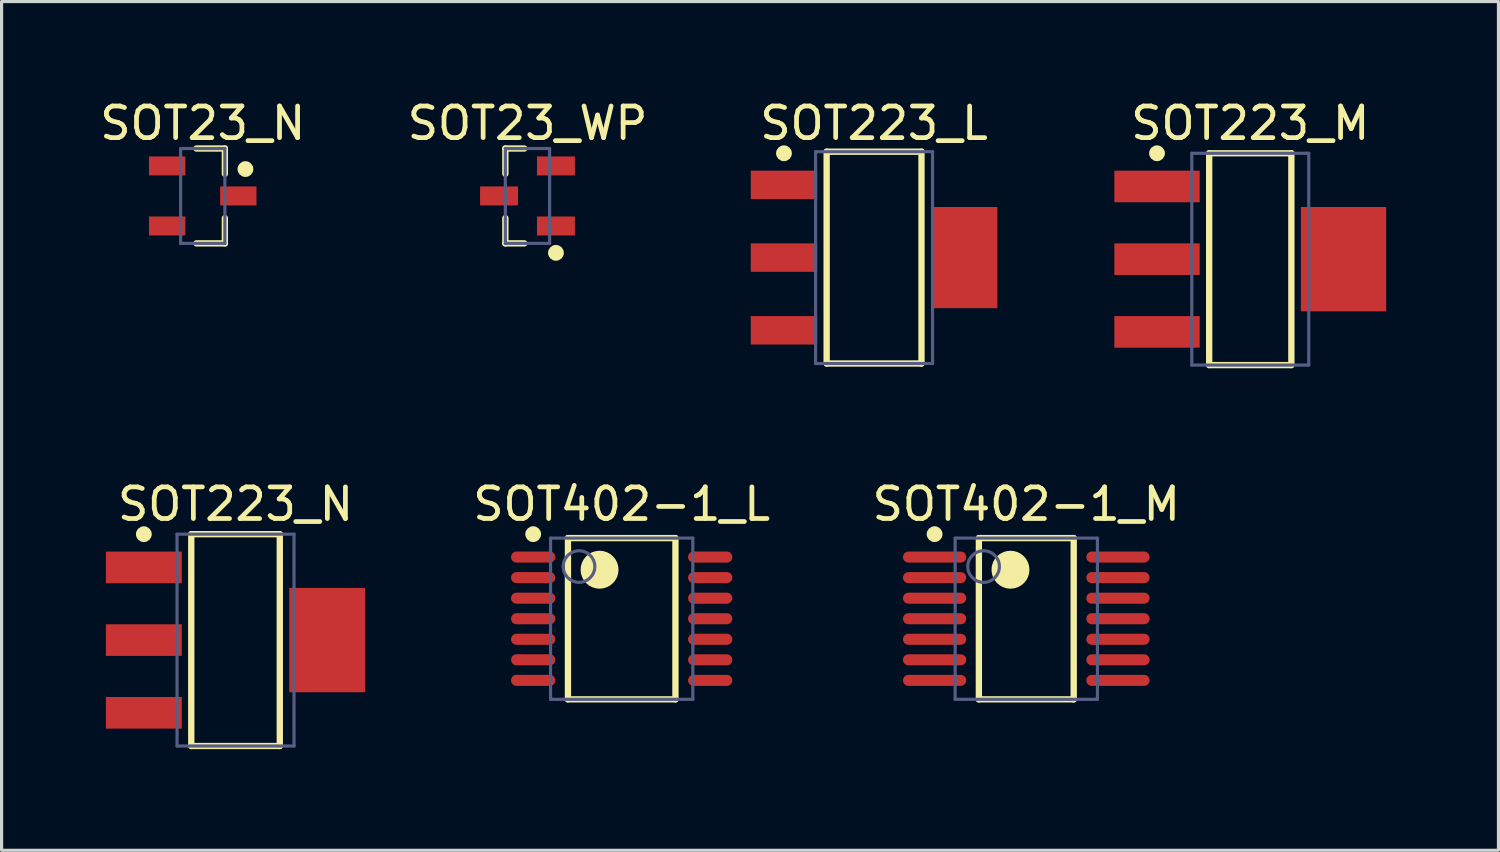
<source format=kicad_pcb>
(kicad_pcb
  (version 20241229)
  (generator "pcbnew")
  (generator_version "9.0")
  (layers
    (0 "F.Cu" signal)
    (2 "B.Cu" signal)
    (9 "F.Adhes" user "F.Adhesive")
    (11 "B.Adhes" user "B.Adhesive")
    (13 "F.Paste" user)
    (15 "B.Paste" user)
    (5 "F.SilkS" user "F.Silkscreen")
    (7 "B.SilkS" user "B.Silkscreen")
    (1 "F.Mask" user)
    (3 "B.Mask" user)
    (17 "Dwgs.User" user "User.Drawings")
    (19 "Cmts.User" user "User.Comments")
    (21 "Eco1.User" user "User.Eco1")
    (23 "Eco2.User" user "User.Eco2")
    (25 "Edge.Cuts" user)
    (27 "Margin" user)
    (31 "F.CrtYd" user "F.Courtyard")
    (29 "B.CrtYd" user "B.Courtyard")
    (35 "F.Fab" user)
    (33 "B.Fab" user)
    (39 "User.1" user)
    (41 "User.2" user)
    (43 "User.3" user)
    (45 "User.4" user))
  (footprint "SOT223_N"
    (layer "F.Cu")
    (at 4.4 17.197)
    (property "Reference" "SOT223_N" (at 0 -4.3 0) (layer "F.SilkS") (effects (font (size 1 1) (thickness 0.15))))
    (fp_line (start -1.4 -3.35) (end 1.4 -3.35) (stroke (width 0.2) (type solid)) (layer "F.SilkS"))
    (fp_line (start -1.4 3.35) (end -1.4 -3.35) (stroke (width 0.2) (type solid)) (layer "F.SilkS"))
    (fp_line (start -1.4 3.35) (end 1.4 3.35) (stroke (width 0.2) (type solid)) (layer "F.SilkS"))
    (fp_line (start 1.4 3.35) (end 1.4 -3.35) (stroke (width 0.2) (type solid)) (layer "F.SilkS"))
    (fp_circle (center -2.9 -3.35) (end -2.9 -3.475) (stroke (width 0.25) (type solid)) (fill no) (layer "F.SilkS"))
    (fp_line (start -4.35 -3.6) (end 4.35 -3.6) (stroke (width 0.1) (type solid)) (layer "Eco2.User"))
    (fp_line (start -4.35 3.6) (end -4.35 -3.6) (stroke (width 0.1) (type solid)) (layer "Eco2.User"))
    (fp_line (start -4.35 3.6) (end 4.35 3.6) (stroke (width 0.1) (type solid)) (layer "Eco2.User"))
    (fp_line (start -0.5 0) (end 0.5 0) (stroke (width 0.1) (type solid)) (layer "Eco2.User"))
    (fp_line (start 0 0.5) (end 0 -0.5) (stroke (width 0.1) (type solid)) (layer "Eco2.User"))
    (fp_line (start 4.35 3.6) (end 4.35 -3.6) (stroke (width 0.1) (type solid)) (layer "Eco2.User"))
    (fp_line (start -1.85 -3.35) (end 1.85 -3.35) (stroke (width 0.1) (type solid)) (layer "B.Fab"))
    (fp_line (start -1.85 3.35) (end -1.85 -3.35) (stroke (width 0.1) (type solid)) (layer "B.Fab"))
    (fp_line (start -1.85 3.35) (end 1.85 3.35) (stroke (width 0.1) (type solid)) (layer "B.Fab"))
    (fp_line (start 1.85 3.35) (end 1.85 -3.35) (stroke (width 0.1) (type solid)) (layer "B.Fab"))
    (pad "1" smd rect (at -2.9 -2.3 90) (size 1 2.4) (layers "F.Cu" "F.Mask" "F.Paste"))
    (pad "2" smd rect (at -2.9 0 90) (size 1 2.4) (layers "F.Cu" "F.Mask" "F.Paste"))
    (pad "3" smd rect (at -2.9 2.3 90) (size 1 2.4) (layers "F.Cu" "F.Mask" "F.Paste"))
    (pad "4" smd rect (at 2.9 0 90) (size 3.3 2.4) (layers "F.Cu" "F.Mask" "F.Paste")))
  (footprint "SOT223_M"
    (layer "F.Cu")
    (at 36.498 5.148)
    (property "Reference" "SOT223_M" (at 0 -4.3 0) (layer "F.SilkS") (effects (font (size 1 1) (thickness 0.15))))
    (fp_line (start -1.3 -3.35) (end 1.3 -3.35) (stroke (width 0.2) (type solid)) (layer "F.SilkS"))
    (fp_line (start -1.3 3.35) (end -1.3 -3.35) (stroke (width 0.2) (type solid)) (layer "F.SilkS"))
    (fp_line (start -1.3 3.35) (end 1.3 3.35) (stroke (width 0.2) (type solid)) (layer "F.SilkS"))
    (fp_line (start 1.3 3.35) (end 1.3 -3.35) (stroke (width 0.2) (type solid)) (layer "F.SilkS"))
    (fp_circle (center -2.95 -3.35) (end -2.95 -3.475) (stroke (width 0.25) (type solid)) (fill no) (layer "F.SilkS"))
    (fp_line (start -4.8 -3.85) (end 4.8 -3.85) (stroke (width 0.1) (type solid)) (layer "Eco2.User"))
    (fp_line (start -4.8 3.85) (end -4.8 -3.85) (stroke (width 0.1) (type solid)) (layer "Eco2.User"))
    (fp_line (start -4.8 3.85) (end 4.8 3.85) (stroke (width 0.1) (type solid)) (layer "Eco2.User"))
    (fp_line (start -0.5 0) (end 0.5 0) (stroke (width 0.1) (type solid)) (layer "Eco2.User"))
    (fp_line (start 0 0.5) (end 0 -0.5) (stroke (width 0.1) (type solid)) (layer "Eco2.User"))
    (fp_line (start 4.8 3.85) (end 4.8 -3.85) (stroke (width 0.1) (type solid)) (layer "Eco2.User"))
    (fp_line (start -1.85 -3.35) (end 1.85 -3.35) (stroke (width 0.1) (type solid)) (layer "B.Fab"))
    (fp_line (start -1.85 3.35) (end -1.85 -3.35) (stroke (width 0.1) (type solid)) (layer "B.Fab"))
    (fp_line (start -1.85 3.35) (end 1.85 3.35) (stroke (width 0.1) (type solid)) (layer "B.Fab"))
    (fp_line (start 1.85 3.35) (end 1.85 -3.35) (stroke (width 0.1) (type solid)) (layer "B.Fab"))
    (pad "1" smd rect (at -2.95 -2.3 90) (size 1 2.7) (layers "F.Cu" "F.Mask" "F.Paste"))
    (pad "2" smd rect (at -2.95 0 90) (size 1 2.7) (layers "F.Cu" "F.Mask" "F.Paste"))
    (pad "3" smd rect (at -2.95 2.3 90) (size 1 2.7) (layers "F.Cu" "F.Mask" "F.Paste"))
    (pad "4" smd rect (at 2.95 0 90) (size 3.3 2.7) (layers "F.Cu" "F.Mask" "F.Paste")))
  (footprint "SOT23_N"
    (layer "F.Cu")
    (at 3.363 3.148)
    (property "Reference" "SOT23_N" (at 0 -2.3 0) (layer "F.SilkS") (effects (font (size 1 1) (thickness 0.15))))
    (fp_line (start -0.2 -1.5) (end 0.7 -1.5) (stroke (width 0.2) (type solid)) (layer "F.SilkS"))
    (fp_line (start -0.2 1.5) (end 0.7 1.5) (stroke (width 0.2) (type solid)) (layer "F.SilkS"))
    (fp_line (start 0.7 -0.7) (end 0.7 -1.5) (stroke (width 0.2) (type solid)) (layer "F.SilkS"))
    (fp_line (start 0.7 1.5) (end 0.7 0.7) (stroke (width 0.2) (type solid)) (layer "F.SilkS"))
    (fp_circle (center 1.35 -0.85) (end 1.35 -0.975) (stroke (width 0.25) (type solid)) (fill no) (layer "F.SilkS"))
    (fp_line (start -1.95 -1.75) (end 1.95 -1.75) (stroke (width 0.1) (type solid)) (layer "Eco2.User"))
    (fp_line (start -1.95 1.75) (end -1.95 -1.75) (stroke (width 0.1) (type solid)) (layer "Eco2.User"))
    (fp_line (start -1.95 1.75) (end 1.95 1.75) (stroke (width 0.1) (type solid)) (layer "Eco2.User"))
    (fp_line (start -0.5 0) (end 0.5 0) (stroke (width 0.1) (type solid)) (layer "Eco2.User"))
    (fp_line (start 0 0.5) (end 0 -0.5) (stroke (width 0.1) (type solid)) (layer "Eco2.User"))
    (fp_line (start 1.95 1.75) (end 1.95 -1.75) (stroke (width 0.1) (type solid)) (layer "Eco2.User"))
    (fp_line (start -0.7 -1.5) (end 0.7 -1.5) (stroke (width 0.1) (type solid)) (layer "B.Fab"))
    (fp_line (start -0.7 1.5) (end -0.7 -1.5) (stroke (width 0.1) (type solid)) (layer "B.Fab"))
    (fp_line (start -0.7 1.5) (end 0.7 1.5) (stroke (width 0.1) (type solid)) (layer "B.Fab"))
    (fp_line (start 0.7 1.5) (end 0.7 -1.5) (stroke (width 0.1) (type solid)) (layer "B.Fab"))
    (pad "1" smd rect (at 1.125 0 90) (size 0.6 1.15) (layers "F.Cu" "F.Mask" "F.Paste"))
    (pad "2" smd rect (at -1.125 0.95 90) (size 0.6 1.15) (layers "F.Cu" "F.Mask" "F.Paste"))
    (pad "3" smd rect (at -1.125 -0.95 90) (size 0.6 1.15) (layers "F.Cu" "F.Mask" "F.Paste")))
  (footprint "SOT402-1_L"
    (layer "F.Cu")
    (at 16.615 16.521)
    (property "Reference" "SOT402-1_L" (at 0 -3.625 0) (layer "F.SilkS") (effects (font (size 1 1) (thickness 0.15))))
    (fp_line (start -1.7 -2.55) (end 1.7 -2.55) (stroke (width 0.2) (type solid)) (layer "F.SilkS"))
    (fp_line (start -1.7 2.55) (end -1.7 -2.55) (stroke (width 0.2) (type solid)) (layer "F.SilkS"))
    (fp_line (start -1.7 2.55) (end 1.7 2.55) (stroke (width 0.2) (type solid)) (layer "F.SilkS"))
    (fp_line (start 1.7 2.55) (end 1.7 -2.55) (stroke (width 0.2) (type solid)) (layer "F.SilkS"))
    (fp_circle (center -2.8 -2.675) (end -2.8 -2.8) (stroke (width 0.25) (type solid)) (fill no) (layer "F.SilkS"))
    (fp_circle (center -0.7 -1.55) (end -0.7 -1.85) (stroke (width 0.6) (type solid)) (fill no) (layer "F.SilkS"))
    (fp_line (start -3.6 -2.65) (end 3.6 -2.65) (stroke (width 0.1) (type solid)) (layer "Eco2.User"))
    (fp_line (start -3.6 2.65) (end -3.6 -2.65) (stroke (width 0.1) (type solid)) (layer "Eco2.User"))
    (fp_line (start -3.6 2.65) (end 3.6 2.65) (stroke (width 0.1) (type solid)) (layer "Eco2.User"))
    (fp_line (start -0.5 0) (end 0.5 0) (stroke (width 0.1) (type solid)) (layer "Eco2.User"))
    (fp_line (start 0 0.5) (end 0 -0.5) (stroke (width 0.1) (type solid)) (layer "Eco2.User"))
    (fp_line (start 3.6 2.65) (end 3.6 -2.65) (stroke (width 0.1) (type solid)) (layer "Eco2.User"))
    (fp_line (start -2.25 -2.55) (end 2.25 -2.55) (stroke (width 0.1) (type solid)) (layer "B.Fab"))
    (fp_line (start -2.25 2.55) (end -2.25 -2.55) (stroke (width 0.1) (type solid)) (layer "B.Fab"))
    (fp_line (start -2.25 2.55) (end 2.25 2.55) (stroke (width 0.1) (type solid)) (layer "B.Fab"))
    (fp_line (start 2.25 2.55) (end 2.25 -2.55) (stroke (width 0.1) (type solid)) (layer "B.Fab"))
    (fp_circle (center -1.35 -1.65) (end -1.35 -2.15) (stroke (width 0.1) (type solid)) (fill no) (layer "B.Fab"))
    (pad "1" smd oval (at -2.8 -1.95 90) (size 0.35 1.4) (layers "F.Cu" "F.Mask" "F.Paste"))
    (pad "2" smd oval (at -2.8 -1.3 90) (size 0.35 1.4) (layers "F.Cu" "F.Mask" "F.Paste"))
    (pad "3" smd oval (at -2.8 -0.65 90) (size 0.35 1.4) (layers "F.Cu" "F.Mask" "F.Paste"))
    (pad "4" smd oval (at -2.8 0 90) (size 0.35 1.4) (layers "F.Cu" "F.Mask" "F.Paste"))
    (pad "5" smd oval (at -2.8 0.65 90) (size 0.35 1.4) (layers "F.Cu" "F.Mask" "F.Paste"))
    (pad "6" smd oval (at -2.8 1.3 90) (size 0.35 1.4) (layers "F.Cu" "F.Mask" "F.Paste"))
    (pad "7" smd oval (at -2.8 1.95 90) (size 0.35 1.4) (layers "F.Cu" "F.Mask" "F.Paste"))
    (pad "8" smd oval (at 2.8 1.95 90) (size 0.35 1.4) (layers "F.Cu" "F.Mask" "F.Paste"))
    (pad "9" smd oval (at 2.8 1.3 90) (size 0.35 1.4) (layers "F.Cu" "F.Mask" "F.Paste"))
    (pad "10" smd oval (at 2.8 0.65 90) (size 0.35 1.4) (layers "F.Cu" "F.Mask" "F.Paste"))
    (pad "11" smd oval (at 2.8 0 90) (size 0.35 1.4) (layers "F.Cu" "F.Mask" "F.Paste"))
    (pad "12" smd oval (at 2.8 -0.65 90) (size 0.35 1.4) (layers "F.Cu" "F.Mask" "F.Paste"))
    (pad "13" smd oval (at 2.8 -1.3 90) (size 0.35 1.4) (layers "F.Cu" "F.Mask" "F.Paste"))
    (pad "14" smd oval (at 2.8 -1.95 90) (size 0.35 1.4) (layers "F.Cu" "F.Mask" "F.Paste")))
  (footprint "SOT223_L"
    (layer "F.Cu")
    (at 24.598 5.098)
    (property "Reference" "SOT223_L" (at 0 -4.25 0) (layer "F.SilkS") (effects (font (size 1 1) (thickness 0.15))))
    (fp_line (start -1.5 -3.35) (end 1.5 -3.35) (stroke (width 0.2) (type solid)) (layer "F.SilkS"))
    (fp_line (start -1.5 3.35) (end -1.5 -3.35) (stroke (width 0.2) (type solid)) (layer "F.SilkS"))
    (fp_line (start -1.5 3.35) (end 1.5 3.35) (stroke (width 0.2) (type solid)) (layer "F.SilkS"))
    (fp_line (start 1.5 3.35) (end 1.5 -3.35) (stroke (width 0.2) (type solid)) (layer "F.SilkS"))
    (fp_circle (center -2.85 -3.3) (end -2.85 -3.425) (stroke (width 0.25) (type solid)) (fill no) (layer "F.SilkS"))
    (fp_line (start -4 -3.45) (end 4 -3.45) (stroke (width 0.1) (type solid)) (layer "Eco2.User"))
    (fp_line (start -4 3.45) (end -4 -3.45) (stroke (width 0.1) (type solid)) (layer "Eco2.User"))
    (fp_line (start -4 3.45) (end 4 3.45) (stroke (width 0.1) (type solid)) (layer "Eco2.User"))
    (fp_line (start -0.5 0) (end 0.5 0) (stroke (width 0.1) (type solid)) (layer "Eco2.User"))
    (fp_line (start 0 0.5) (end 0 -0.5) (stroke (width 0.1) (type solid)) (layer "Eco2.User"))
    (fp_line (start 4 3.45) (end 4 -3.45) (stroke (width 0.1) (type solid)) (layer "Eco2.User"))
    (fp_line (start -1.85 -3.35) (end 1.85 -3.35) (stroke (width 0.1) (type solid)) (layer "B.Fab"))
    (fp_line (start -1.85 3.35) (end -1.85 -3.35) (stroke (width 0.1) (type solid)) (layer "B.Fab"))
    (fp_line (start -1.85 3.35) (end 1.85 3.35) (stroke (width 0.1) (type solid)) (layer "B.Fab"))
    (fp_line (start 1.85 3.35) (end 1.85 -3.35) (stroke (width 0.1) (type solid)) (layer "B.Fab"))
    (pad "1" smd rect (at -2.85 -2.3 90) (size 0.9 2.1) (layers "F.Cu" "F.Mask" "F.Paste"))
    (pad "2" smd rect (at -2.85 0 90) (size 0.9 2.1) (layers "F.Cu" "F.Mask" "F.Paste"))
    (pad "3" smd rect (at -2.85 2.3 90) (size 0.9 2.1) (layers "F.Cu" "F.Mask" "F.Paste"))
    (pad "4" smd rect (at 2.85 0 90) (size 3.2 2.1) (layers "F.Cu" "F.Mask" "F.Paste")))
  (footprint "SOT402-1_M"
    (layer "F.Cu")
    (at 29.413 16.521)
    (property "Reference" "SOT402-1_M" (at 0 -3.625 0) (layer "F.SilkS") (effects (font (size 1 1) (thickness 0.15))))
    (fp_line (start -1.5 -2.55) (end 1.5 -2.55) (stroke (width 0.2) (type solid)) (layer "F.SilkS"))
    (fp_line (start -1.5 2.55) (end -1.5 -2.55) (stroke (width 0.2) (type solid)) (layer "F.SilkS"))
    (fp_line (start -1.5 2.55) (end 1.5 2.55) (stroke (width 0.2) (type solid)) (layer "F.SilkS"))
    (fp_line (start 1.5 2.55) (end 1.5 -2.55) (stroke (width 0.2) (type solid)) (layer "F.SilkS"))
    (fp_circle (center -2.9 -2.675) (end -2.9 -2.8) (stroke (width 0.25) (type solid)) (fill no) (layer "F.SilkS"))
    (fp_circle (center -0.5 -1.55) (end -0.5 -1.85) (stroke (width 0.6) (type solid)) (fill no) (layer "F.SilkS"))
    (fp_line (start -4.4 -3.05) (end 4.4 -3.05) (stroke (width 0.1) (type solid)) (layer "Eco2.User"))
    (fp_line (start -4.4 3.05) (end -4.4 -3.05) (stroke (width 0.1) (type solid)) (layer "Eco2.User"))
    (fp_line (start -4.4 3.05) (end 4.4 3.05) (stroke (width 0.1) (type solid)) (layer "Eco2.User"))
    (fp_line (start -0.5 0) (end 0.5 0) (stroke (width 0.1) (type solid)) (layer "Eco2.User"))
    (fp_line (start 0 0.5) (end 0 -0.5) (stroke (width 0.1) (type solid)) (layer "Eco2.User"))
    (fp_line (start 4.4 3.05) (end 4.4 -3.05) (stroke (width 0.1) (type solid)) (layer "Eco2.User"))
    (fp_line (start -2.25 -2.55) (end 2.25 -2.55) (stroke (width 0.1) (type solid)) (layer "B.Fab"))
    (fp_line (start -2.25 2.55) (end -2.25 -2.55) (stroke (width 0.1) (type solid)) (layer "B.Fab"))
    (fp_line (start -2.25 2.55) (end 2.25 2.55) (stroke (width 0.1) (type solid)) (layer "B.Fab"))
    (fp_line (start 2.25 2.55) (end 2.25 -2.55) (stroke (width 0.1) (type solid)) (layer "B.Fab"))
    (fp_circle (center -1.35 -1.65) (end -1.35 -2.15) (stroke (width 0.1) (type solid)) (fill no) (layer "B.Fab"))
    (pad "1" smd oval (at -2.9 -1.95 90) (size 0.35 2) (layers "F.Cu" "F.Mask" "F.Paste"))
    (pad "2" smd oval (at -2.9 -1.3 90) (size 0.35 2) (layers "F.Cu" "F.Mask" "F.Paste"))
    (pad "3" smd oval (at -2.9 -0.65 90) (size 0.35 2) (layers "F.Cu" "F.Mask" "F.Paste"))
    (pad "4" smd oval (at -2.9 0 90) (size 0.35 2) (layers "F.Cu" "F.Mask" "F.Paste"))
    (pad "5" smd oval (at -2.9 0.65 90) (size 0.35 2) (layers "F.Cu" "F.Mask" "F.Paste"))
    (pad "6" smd oval (at -2.9 1.3 90) (size 0.35 2) (layers "F.Cu" "F.Mask" "F.Paste"))
    (pad "7" smd oval (at -2.9 1.95 90) (size 0.35 2) (layers "F.Cu" "F.Mask" "F.Paste"))
    (pad "8" smd oval (at 2.9 1.95 90) (size 0.35 2) (layers "F.Cu" "F.Mask" "F.Paste"))
    (pad "9" smd oval (at 2.9 1.3 90) (size 0.35 2) (layers "F.Cu" "F.Mask" "F.Paste"))
    (pad "10" smd oval (at 2.9 0.65 90) (size 0.35 2) (layers "F.Cu" "F.Mask" "F.Paste"))
    (pad "11" smd oval (at 2.9 0 90) (size 0.35 2) (layers "F.Cu" "F.Mask" "F.Paste"))
    (pad "12" smd oval (at 2.9 -0.65 90) (size 0.35 2) (layers "F.Cu" "F.Mask" "F.Paste"))
    (pad "13" smd oval (at 2.9 -1.3 90) (size 0.35 2) (layers "F.Cu" "F.Mask" "F.Paste"))
    (pad "14" smd oval (at 2.9 -1.95 90) (size 0.35 2) (layers "F.Cu" "F.Mask" "F.Paste")))
  (footprint "SOT23_WP"
    (layer "F.Cu")
    (at 12.773 3.075)
    (property "Reference" "SOT23_WP" (at 0.864 -2.227 0) (layer "F.SilkS") (effects (font (size 1 1) (thickness 0.15))))
    (fp_line (start 0.162 -1.427) (end 0.762 -1.427) (stroke (width 0.2) (type solid)) (layer "F.SilkS"))
    (fp_line (start 0.162 -0.627) (end 0.162 -1.427) (stroke (width 0.2) (type solid)) (layer "F.SilkS"))
    (fp_line (start 0.162 1.573) (end 0.162 0.773) (stroke (width 0.2) (type solid)) (layer "F.SilkS"))
    (fp_line (start 0.162 1.573) (end 0.762 1.573) (stroke (width 0.2) (type solid)) (layer "F.SilkS"))
    (fp_circle (center 1.762 1.873) (end 1.762 1.748) (stroke (width 0.25) (type solid)) (fill no) (layer "F.SilkS"))
    (fp_rect (start -0.864 0.419) (end -0.178 -0.279) (stroke (width 0) (type default)) (fill yes) (layer "F.Paste"))
    (fp_rect (start 1.905 -0.533) (end 2.591 -1.219) (stroke (width 0) (type default)) (fill yes) (layer "F.Paste"))
    (fp_rect (start 1.905 1.372) (end 2.591 0.673) (stroke (width 0) (type default)) (fill yes) (layer "F.Paste"))
    (fp_line (start -0.738 -1.527) (end 2.462 -1.527) (stroke (width 0.1) (type solid)) (layer "Eco2.User"))
    (fp_line (start -0.738 1.673) (end -0.738 -1.527) (stroke (width 0.1) (type solid)) (layer "Eco2.User"))
    (fp_line (start -0.738 1.673) (end 2.462 1.673) (stroke (width 0.1) (type solid)) (layer "Eco2.User"))
    (fp_line (start 0.362 0.073) (end 1.362 0.073) (stroke (width 0.1) (type solid)) (layer "Eco2.User"))
    (fp_line (start 0.862 0.573) (end 0.862 -0.427) (stroke (width 0.1) (type solid)) (layer "Eco2.User"))
    (fp_line (start 2.462 1.673) (end 2.462 -1.527) (stroke (width 0.1) (type solid)) (layer "Eco2.User"))
    (fp_line (start 0.162 -1.427) (end 1.562 -1.427) (stroke (width 0.1) (type solid)) (layer "B.Fab"))
    (fp_line (start 0.162 1.573) (end 0.162 -1.427) (stroke (width 0.1) (type solid)) (layer "B.Fab"))
    (fp_line (start 0.162 1.573) (end 1.562 1.573) (stroke (width 0.1) (type solid)) (layer "B.Fab"))
    (fp_line (start 1.562 1.573) (end 1.562 -1.427) (stroke (width 0.1) (type solid)) (layer "B.Fab"))
    (pad "1" smd rect (at 1.762 -0.877 270) (size 0.6 1.2) (layers "F.Cu" "F.Mask" "F.Paste"))
    (pad "2" smd rect (at 1.762 1.023 270) (size 0.6 1.2) (layers "F.Cu" "F.Mask" "F.Paste"))
    (pad "3" smd rect (at -0.038 0.073 270) (size 0.6 1.2) (layers "F.Cu" "F.Mask" "F.Paste")))
  (gr_rect
    (start -3 -3)
    (end 44.348 23.846)
    (stroke (width 0.1) (type default))
    (fill no)
    (layer "Edge.Cuts")))
</source>
